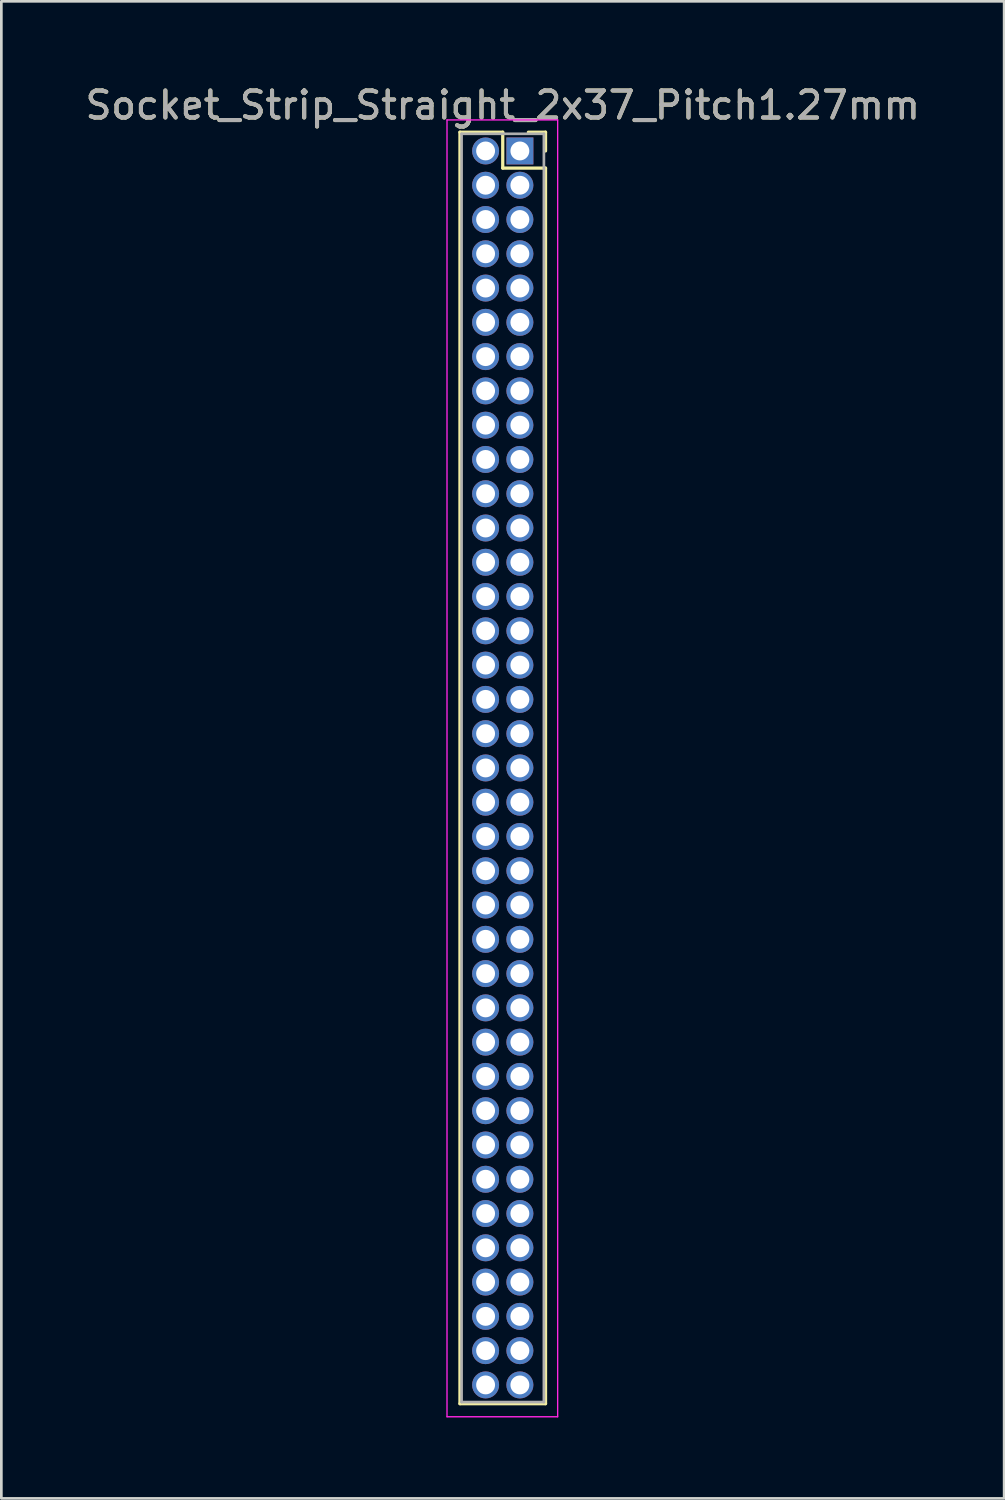
<source format=kicad_pcb>
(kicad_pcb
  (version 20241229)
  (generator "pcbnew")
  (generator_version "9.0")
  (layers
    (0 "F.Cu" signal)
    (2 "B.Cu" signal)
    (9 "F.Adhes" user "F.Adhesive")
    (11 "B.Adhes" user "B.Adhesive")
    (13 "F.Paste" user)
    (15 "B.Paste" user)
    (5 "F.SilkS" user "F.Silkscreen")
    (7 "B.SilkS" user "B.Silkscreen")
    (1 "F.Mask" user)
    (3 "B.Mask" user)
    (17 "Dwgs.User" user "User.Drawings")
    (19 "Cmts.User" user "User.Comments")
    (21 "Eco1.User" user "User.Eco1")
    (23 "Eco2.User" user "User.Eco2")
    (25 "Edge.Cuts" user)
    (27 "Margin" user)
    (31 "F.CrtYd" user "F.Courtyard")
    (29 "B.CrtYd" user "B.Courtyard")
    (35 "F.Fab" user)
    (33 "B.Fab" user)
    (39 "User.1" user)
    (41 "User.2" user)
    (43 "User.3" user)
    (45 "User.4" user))
  (footprint "Socket_Strip_Straight_2x37_Pitch1.27mm"
    (layer "F.Cu")
    (at 16.212 2.543)
    (property "Reference" "Socket_Strip_Straight_2x37_Pitch1.27mm" (at -0.635 -1.695 0) (layer "F.SilkS") (effects (font (size 1 1) (thickness 0.15))))
    (attr through_hole)
    (fp_line (start -2.22 -0.695) (end -0.635 -0.695) (stroke (width 0.12) (type solid)) (layer "F.SilkS"))
    (fp_line (start -2.22 46.415) (end -2.22 -0.695) (stroke (width 0.12) (type solid)) (layer "F.SilkS"))
    (fp_line (start -0.635 -0.695) (end -0.635 0.635) (stroke (width 0.12) (type solid)) (layer "F.SilkS"))
    (fp_line (start -0.635 0.635) (end 0.95 0.635) (stroke (width 0.12) (type solid)) (layer "F.SilkS"))
    (fp_line (start 0.95 -0.695) (end 0.315 -0.695) (stroke (width 0.12) (type solid)) (layer "F.SilkS"))
    (fp_line (start 0.95 0) (end 0.95 -0.695) (stroke (width 0.12) (type solid)) (layer "F.SilkS"))
    (fp_line (start 0.95 0.635) (end 0.95 46.415) (stroke (width 0.12) (type solid)) (layer "F.SilkS"))
    (fp_line (start 0.95 46.415) (end -2.22 46.415) (stroke (width 0.12) (type solid)) (layer "F.SilkS"))
    (fp_line (start -2.7 -1.15) (end -2.7 46.9) (stroke (width 0.05) (type solid)) (layer "F.CrtYd"))
    (fp_line (start -2.7 46.9) (end 1.4 46.9) (stroke (width 0.05) (type solid)) (layer "F.CrtYd"))
    (fp_line (start 1.4 -1.15) (end -2.7 -1.15) (stroke (width 0.05) (type solid)) (layer "F.CrtYd"))
    (fp_line (start 1.4 46.9) (end 1.4 -1.15) (stroke (width 0.05) (type solid)) (layer "F.CrtYd"))
    (fp_line (start -2.16 -0.635) (end -2.16 46.355) (stroke (width 0.1) (type solid)) (layer "F.Fab"))
    (fp_line (start -2.16 46.355) (end 0.89 46.355) (stroke (width 0.1) (type solid)) (layer "F.Fab"))
    (fp_line (start 0.89 -0.635) (end -2.16 -0.635) (stroke (width 0.1) (type solid)) (layer "F.Fab"))
    (fp_line (start 0.89 46.355) (end 0.89 -0.635) (stroke (width 0.1) (type solid)) (layer "F.Fab"))
    (fp_text user "${REFERENCE}" (at -0.635 -1.695 0) (layer "F.Fab") (effects (font (size 1 1) (thickness 0.15))))
    (pad "1" thru_hole rect (at 0 0) (size 1 1) (drill 0.7) (layers "*.Cu" "*.Mask"))
    (pad "2" thru_hole oval (at -1.27 0) (size 1 1) (drill 0.7) (layers "*.Cu" "*.Mask"))
    (pad "3" thru_hole oval (at 0 1.27) (size 1 1) (drill 0.7) (layers "*.Cu" "*.Mask"))
    (pad "4" thru_hole oval (at -1.27 1.27) (size 1 1) (drill 0.7) (layers "*.Cu" "*.Mask"))
    (pad "5" thru_hole oval (at 0 2.54) (size 1 1) (drill 0.7) (layers "*.Cu" "*.Mask"))
    (pad "6" thru_hole oval (at -1.27 2.54) (size 1 1) (drill 0.7) (layers "*.Cu" "*.Mask"))
    (pad "7" thru_hole oval (at 0 3.81) (size 1 1) (drill 0.7) (layers "*.Cu" "*.Mask"))
    (pad "8" thru_hole oval (at -1.27 3.81) (size 1 1) (drill 0.7) (layers "*.Cu" "*.Mask"))
    (pad "9" thru_hole oval (at 0 5.08) (size 1 1) (drill 0.7) (layers "*.Cu" "*.Mask"))
    (pad "10" thru_hole oval (at -1.27 5.08) (size 1 1) (drill 0.7) (layers "*.Cu" "*.Mask"))
    (pad "11" thru_hole oval (at 0 6.35) (size 1 1) (drill 0.7) (layers "*.Cu" "*.Mask"))
    (pad "12" thru_hole oval (at -1.27 6.35) (size 1 1) (drill 0.7) (layers "*.Cu" "*.Mask"))
    (pad "13" thru_hole oval (at 0 7.62) (size 1 1) (drill 0.7) (layers "*.Cu" "*.Mask"))
    (pad "14" thru_hole oval (at -1.27 7.62) (size 1 1) (drill 0.7) (layers "*.Cu" "*.Mask"))
    (pad "15" thru_hole oval (at 0 8.89) (size 1 1) (drill 0.7) (layers "*.Cu" "*.Mask"))
    (pad "16" thru_hole oval (at -1.27 8.89) (size 1 1) (drill 0.7) (layers "*.Cu" "*.Mask"))
    (pad "17" thru_hole oval (at 0 10.16) (size 1 1) (drill 0.7) (layers "*.Cu" "*.Mask"))
    (pad "18" thru_hole oval (at -1.27 10.16) (size 1 1) (drill 0.7) (layers "*.Cu" "*.Mask"))
    (pad "19" thru_hole oval (at 0 11.43) (size 1 1) (drill 0.7) (layers "*.Cu" "*.Mask"))
    (pad "20" thru_hole oval (at -1.27 11.43) (size 1 1) (drill 0.7) (layers "*.Cu" "*.Mask"))
    (pad "21" thru_hole oval (at 0 12.7) (size 1 1) (drill 0.7) (layers "*.Cu" "*.Mask"))
    (pad "22" thru_hole oval (at -1.27 12.7) (size 1 1) (drill 0.7) (layers "*.Cu" "*.Mask"))
    (pad "23" thru_hole oval (at 0 13.97) (size 1 1) (drill 0.7) (layers "*.Cu" "*.Mask"))
    (pad "24" thru_hole oval (at -1.27 13.97) (size 1 1) (drill 0.7) (layers "*.Cu" "*.Mask"))
    (pad "25" thru_hole oval (at 0 15.24) (size 1 1) (drill 0.7) (layers "*.Cu" "*.Mask"))
    (pad "26" thru_hole oval (at -1.27 15.24) (size 1 1) (drill 0.7) (layers "*.Cu" "*.Mask"))
    (pad "27" thru_hole oval (at 0 16.51) (size 1 1) (drill 0.7) (layers "*.Cu" "*.Mask"))
    (pad "28" thru_hole oval (at -1.27 16.51) (size 1 1) (drill 0.7) (layers "*.Cu" "*.Mask"))
    (pad "29" thru_hole oval (at 0 17.78) (size 1 1) (drill 0.7) (layers "*.Cu" "*.Mask"))
    (pad "30" thru_hole oval (at -1.27 17.78) (size 1 1) (drill 0.7) (layers "*.Cu" "*.Mask"))
    (pad "31" thru_hole oval (at 0 19.05) (size 1 1) (drill 0.7) (layers "*.Cu" "*.Mask"))
    (pad "32" thru_hole oval (at -1.27 19.05) (size 1 1) (drill 0.7) (layers "*.Cu" "*.Mask"))
    (pad "33" thru_hole oval (at 0 20.32) (size 1 1) (drill 0.7) (layers "*.Cu" "*.Mask"))
    (pad "34" thru_hole oval (at -1.27 20.32) (size 1 1) (drill 0.7) (layers "*.Cu" "*.Mask"))
    (pad "35" thru_hole oval (at 0 21.59) (size 1 1) (drill 0.7) (layers "*.Cu" "*.Mask"))
    (pad "36" thru_hole oval (at -1.27 21.59) (size 1 1) (drill 0.7) (layers "*.Cu" "*.Mask"))
    (pad "37" thru_hole oval (at 0 22.86) (size 1 1) (drill 0.7) (layers "*.Cu" "*.Mask"))
    (pad "38" thru_hole oval (at -1.27 22.86) (size 1 1) (drill 0.7) (layers "*.Cu" "*.Mask"))
    (pad "39" thru_hole oval (at 0 24.13) (size 1 1) (drill 0.7) (layers "*.Cu" "*.Mask"))
    (pad "40" thru_hole oval (at -1.27 24.13) (size 1 1) (drill 0.7) (layers "*.Cu" "*.Mask"))
    (pad "41" thru_hole oval (at 0 25.4) (size 1 1) (drill 0.7) (layers "*.Cu" "*.Mask"))
    (pad "42" thru_hole oval (at -1.27 25.4) (size 1 1) (drill 0.7) (layers "*.Cu" "*.Mask"))
    (pad "43" thru_hole oval (at 0 26.67) (size 1 1) (drill 0.7) (layers "*.Cu" "*.Mask"))
    (pad "44" thru_hole oval (at -1.27 26.67) (size 1 1) (drill 0.7) (layers "*.Cu" "*.Mask"))
    (pad "45" thru_hole oval (at 0 27.94) (size 1 1) (drill 0.7) (layers "*.Cu" "*.Mask"))
    (pad "46" thru_hole oval (at -1.27 27.94) (size 1 1) (drill 0.7) (layers "*.Cu" "*.Mask"))
    (pad "47" thru_hole oval (at 0 29.21) (size 1 1) (drill 0.7) (layers "*.Cu" "*.Mask"))
    (pad "48" thru_hole oval (at -1.27 29.21) (size 1 1) (drill 0.7) (layers "*.Cu" "*.Mask"))
    (pad "49" thru_hole oval (at 0 30.48) (size 1 1) (drill 0.7) (layers "*.Cu" "*.Mask"))
    (pad "50" thru_hole oval (at -1.27 30.48) (size 1 1) (drill 0.7) (layers "*.Cu" "*.Mask"))
    (pad "51" thru_hole oval (at 0 31.75) (size 1 1) (drill 0.7) (layers "*.Cu" "*.Mask"))
    (pad "52" thru_hole oval (at -1.27 31.75) (size 1 1) (drill 0.7) (layers "*.Cu" "*.Mask"))
    (pad "53" thru_hole oval (at 0 33.02) (size 1 1) (drill 0.7) (layers "*.Cu" "*.Mask"))
    (pad "54" thru_hole oval (at -1.27 33.02) (size 1 1) (drill 0.7) (layers "*.Cu" "*.Mask"))
    (pad "55" thru_hole oval (at 0 34.29) (size 1 1) (drill 0.7) (layers "*.Cu" "*.Mask"))
    (pad "56" thru_hole oval (at -1.27 34.29) (size 1 1) (drill 0.7) (layers "*.Cu" "*.Mask"))
    (pad "57" thru_hole oval (at 0 35.56) (size 1 1) (drill 0.7) (layers "*.Cu" "*.Mask"))
    (pad "58" thru_hole oval (at -1.27 35.56) (size 1 1) (drill 0.7) (layers "*.Cu" "*.Mask"))
    (pad "59" thru_hole oval (at 0 36.83) (size 1 1) (drill 0.7) (layers "*.Cu" "*.Mask"))
    (pad "60" thru_hole oval (at -1.27 36.83) (size 1 1) (drill 0.7) (layers "*.Cu" "*.Mask"))
    (pad "61" thru_hole oval (at 0 38.1) (size 1 1) (drill 0.7) (layers "*.Cu" "*.Mask"))
    (pad "62" thru_hole oval (at -1.27 38.1) (size 1 1) (drill 0.7) (layers "*.Cu" "*.Mask"))
    (pad "63" thru_hole oval (at 0 39.37) (size 1 1) (drill 0.7) (layers "*.Cu" "*.Mask"))
    (pad "64" thru_hole oval (at -1.27 39.37) (size 1 1) (drill 0.7) (layers "*.Cu" "*.Mask"))
    (pad "65" thru_hole oval (at 0 40.64) (size 1 1) (drill 0.7) (layers "*.Cu" "*.Mask"))
    (pad "66" thru_hole oval (at -1.27 40.64) (size 1 1) (drill 0.7) (layers "*.Cu" "*.Mask"))
    (pad "67" thru_hole oval (at 0 41.91) (size 1 1) (drill 0.7) (layers "*.Cu" "*.Mask"))
    (pad "68" thru_hole oval (at -1.27 41.91) (size 1 1) (drill 0.7) (layers "*.Cu" "*.Mask"))
    (pad "69" thru_hole oval (at 0 43.18) (size 1 1) (drill 0.7) (layers "*.Cu" "*.Mask"))
    (pad "70" thru_hole oval (at -1.27 43.18) (size 1 1) (drill 0.7) (layers "*.Cu" "*.Mask"))
    (pad "71" thru_hole oval (at 0 44.45) (size 1 1) (drill 0.7) (layers "*.Cu" "*.Mask"))
    (pad "72" thru_hole oval (at -1.27 44.45) (size 1 1) (drill 0.7) (layers "*.Cu" "*.Mask"))
    (pad "73" thru_hole oval (at 0 45.72) (size 1 1) (drill 0.7) (layers "*.Cu" "*.Mask"))
    (pad "74" thru_hole oval (at -1.27 45.72) (size 1 1) (drill 0.7) (layers "*.Cu" "*.Mask")))
  (gr_rect
    (start -3 -3)
    (end 34.155 52.468)
    (stroke (width 0.1) (type default))
    (fill no)
    (layer "Edge.Cuts")))
</source>
